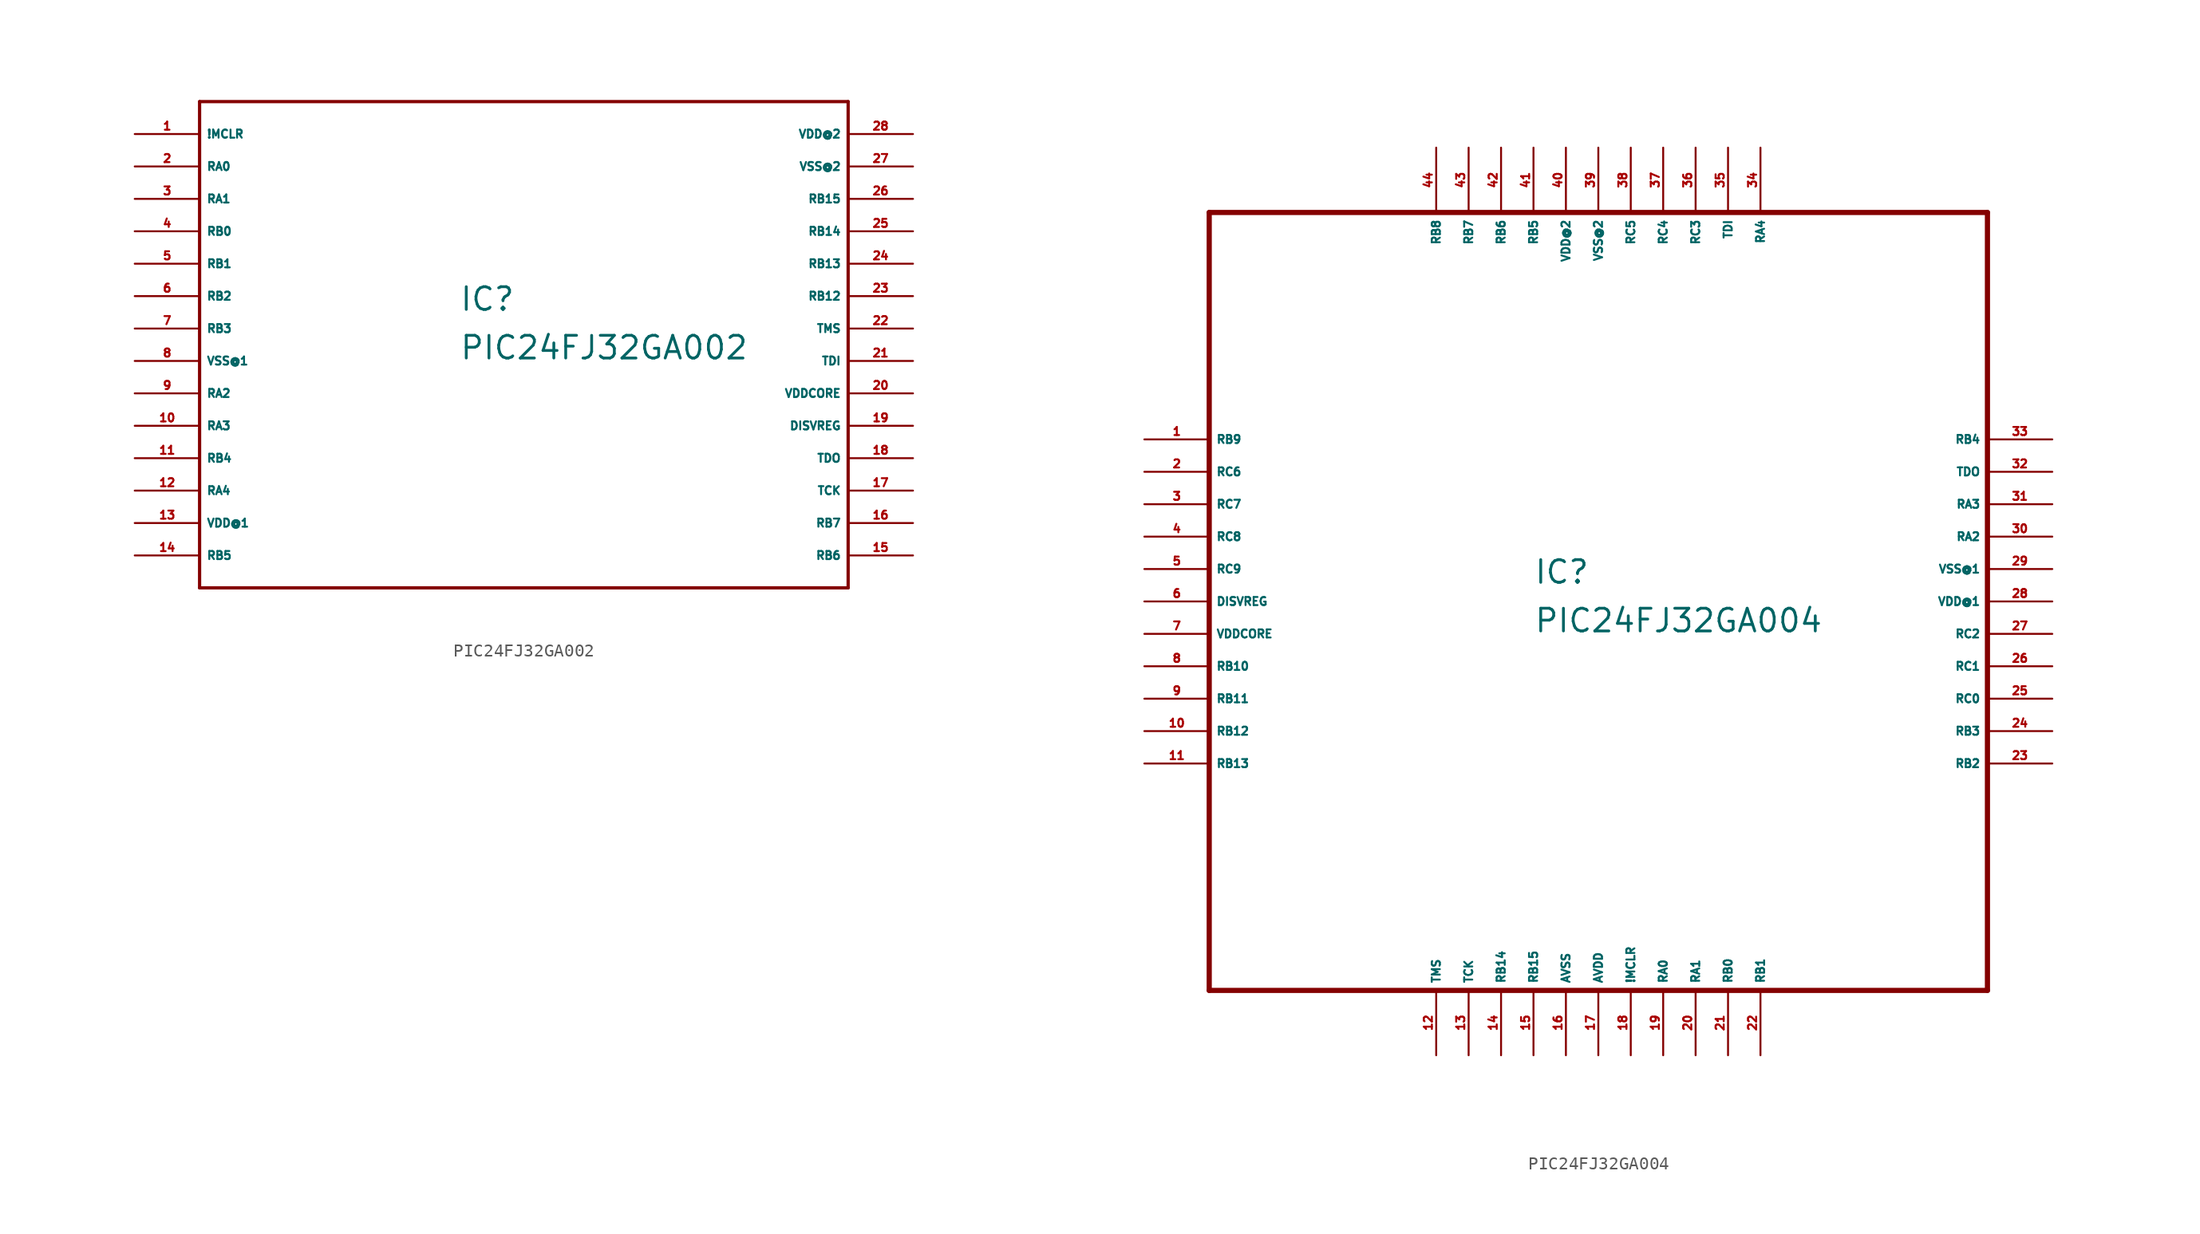
<source format=kicad_sym>
(kicad_symbol_lib
  (version 20220914)
  (generator Eagle2Kicad)
  (symbol "PIC24FJ32GA002"
    (property "Reference" "IC"
      (at -5.08 1.27 0)
      (effects (font (size 1.778 1.778) (thickness 0.22)) (justify left bottom)))
    (property "Value" "PIC24FJ32GA002"
      (at -5.08 -2.54 0)
      (effects (font (size 1.778 1.778) (thickness 0.22)) (justify left bottom)))
    (polyline
      (pts (xy -25.4 -20.32) (xy 25.4 -20.32))
      (stroke (width 0.254) (type default))
      (fill (type none)))
    (polyline
      (pts (xy 25.4 -20.32) (xy 25.4 17.78))
      (stroke (width 0.254) (type default))
      (fill (type none)))
    (polyline
      (pts (xy 25.4 17.78) (xy -25.4 17.78))
      (stroke (width 0.254) (type default))
      (fill (type none)))
    (polyline
      (pts (xy -25.4 17.78) (xy -25.4 -20.32))
      (stroke (width 0.254) (type default))
      (fill (type none)))
    (pin bidirectional line
      (at -30.48 15.24 0)
      (length 5.08)
      (name "!MCLR" (effects (font (size 0.635 0.635) (thickness 0.08)) (justify left bottom)))
      (number "1" (effects (font (size 0.635 0.635) (thickness 0.08)) (justify left bottom))))
    (pin bidirectional line
      (at -30.48 12.7 0)
      (length 5.08)
      (name "RA0" (effects (font (size 0.635 0.635) (thickness 0.08)) (justify left bottom)))
      (number "2" (effects (font (size 0.635 0.635) (thickness 0.08)) (justify left bottom))))
    (pin bidirectional line
      (at -30.48 10.16 0)
      (length 5.08)
      (name "RA1" (effects (font (size 0.635 0.635) (thickness 0.08)) (justify left bottom)))
      (number "3" (effects (font (size 0.635 0.635) (thickness 0.08)) (justify left bottom))))
    (pin bidirectional line
      (at -30.48 7.62 0)
      (length 5.08)
      (name "RB0" (effects (font (size 0.635 0.635) (thickness 0.08)) (justify left bottom)))
      (number "4" (effects (font (size 0.635 0.635) (thickness 0.08)) (justify left bottom))))
    (pin bidirectional line
      (at -30.48 5.08 0)
      (length 5.08)
      (name "RB1" (effects (font (size 0.635 0.635) (thickness 0.08)) (justify left bottom)))
      (number "5" (effects (font (size 0.635 0.635) (thickness 0.08)) (justify left bottom))))
    (pin bidirectional line
      (at -30.48 2.54 0)
      (length 5.08)
      (name "RB2" (effects (font (size 0.635 0.635) (thickness 0.08)) (justify left bottom)))
      (number "6" (effects (font (size 0.635 0.635) (thickness 0.08)) (justify left bottom))))
    (pin bidirectional line
      (at -30.48 0 0)
      (length 5.08)
      (name "RB3" (effects (font (size 0.635 0.635) (thickness 0.08)) (justify left bottom)))
      (number "7" (effects (font (size 0.635 0.635) (thickness 0.08)) (justify left bottom))))
    (pin unspecified line
      (at -30.48 -2.54 0)
      (length 5.08)
      (name "VSS@1" (effects (font (size 0.635 0.635) (thickness 0.08)) (justify left bottom)))
      (number "8" (effects (font (size 0.635 0.635) (thickness 0.08)) (justify left bottom))))
    (pin bidirectional line
      (at -30.48 -5.08 0)
      (length 5.08)
      (name "RA2" (effects (font (size 0.635 0.635) (thickness 0.08)) (justify left bottom)))
      (number "9" (effects (font (size 0.635 0.635) (thickness 0.08)) (justify left bottom))))
    (pin bidirectional line
      (at -30.48 -7.62 0)
      (length 5.08)
      (name "RA3" (effects (font (size 0.635 0.635) (thickness 0.08)) (justify left bottom)))
      (number "10" (effects (font (size 0.635 0.635) (thickness 0.08)) (justify left bottom))))
    (pin bidirectional line
      (at -30.48 -10.16 0)
      (length 5.08)
      (name "RB4" (effects (font (size 0.635 0.635) (thickness 0.08)) (justify left bottom)))
      (number "11" (effects (font (size 0.635 0.635) (thickness 0.08)) (justify left bottom))))
    (pin bidirectional line
      (at -30.48 -12.7 0)
      (length 5.08)
      (name "RA4" (effects (font (size 0.635 0.635) (thickness 0.08)) (justify left bottom)))
      (number "12" (effects (font (size 0.635 0.635) (thickness 0.08)) (justify left bottom))))
    (pin unspecified line
      (at -30.48 -15.24 0)
      (length 5.08)
      (name "VDD@1" (effects (font (size 0.635 0.635) (thickness 0.08)) (justify left bottom)))
      (number "13" (effects (font (size 0.635 0.635) (thickness 0.08)) (justify left bottom))))
    (pin bidirectional line
      (at -30.48 -17.78 0)
      (length 5.08)
      (name "RB5" (effects (font (size 0.635 0.635) (thickness 0.08)) (justify left bottom)))
      (number "14" (effects (font (size 0.635 0.635) (thickness 0.08)) (justify left bottom))))
    (pin bidirectional line
      (at 30.48 -17.78 180)
      (length 5.08)
      (name "RB6" (effects (font (size 0.635 0.635) (thickness 0.08)) (justify left bottom)))
      (number "15" (effects (font (size 0.635 0.635) (thickness 0.08)) (justify left bottom))))
    (pin bidirectional line
      (at 30.48 -15.24 180)
      (length 5.08)
      (name "RB7" (effects (font (size 0.635 0.635) (thickness 0.08)) (justify left bottom)))
      (number "16" (effects (font (size 0.635 0.635) (thickness 0.08)) (justify left bottom))))
    (pin input line
      (at 30.48 -12.7 180)
      (length 5.08)
      (name "TCK" (effects (font (size 0.635 0.635) (thickness 0.08)) (justify left bottom)))
      (number "17" (effects (font (size 0.635 0.635) (thickness 0.08)) (justify left bottom))))
    (pin output line
      (at 30.48 -10.16 180)
      (length 5.08)
      (name "TDO" (effects (font (size 0.635 0.635) (thickness 0.08)) (justify left bottom)))
      (number "18" (effects (font (size 0.635 0.635) (thickness 0.08)) (justify left bottom))))
    (pin passive line
      (at 30.48 -7.62 180)
      (length 5.08)
      (name "DISVREG" (effects (font (size 0.635 0.635) (thickness 0.08)) (justify left bottom)))
      (number "19" (effects (font (size 0.635 0.635) (thickness 0.08)) (justify left bottom))))
    (pin unspecified line
      (at 30.48 -5.08 180)
      (length 5.08)
      (name "VDDCORE" (effects (font (size 0.635 0.635) (thickness 0.08)) (justify left bottom)))
      (number "20" (effects (font (size 0.635 0.635) (thickness 0.08)) (justify left bottom))))
    (pin input line
      (at 30.48 -2.54 180)
      (length 5.08)
      (name "TDI" (effects (font (size 0.635 0.635) (thickness 0.08)) (justify left bottom)))
      (number "21" (effects (font (size 0.635 0.635) (thickness 0.08)) (justify left bottom))))
    (pin input line
      (at 30.48 0 180)
      (length 5.08)
      (name "TMS" (effects (font (size 0.635 0.635) (thickness 0.08)) (justify left bottom)))
      (number "22" (effects (font (size 0.635 0.635) (thickness 0.08)) (justify left bottom))))
    (pin bidirectional line
      (at 30.48 2.54 180)
      (length 5.08)
      (name "RB12" (effects (font (size 0.635 0.635) (thickness 0.08)) (justify left bottom)))
      (number "23" (effects (font (size 0.635 0.635) (thickness 0.08)) (justify left bottom))))
    (pin bidirectional line
      (at 30.48 5.08 180)
      (length 5.08)
      (name "RB13" (effects (font (size 0.635 0.635) (thickness 0.08)) (justify left bottom)))
      (number "24" (effects (font (size 0.635 0.635) (thickness 0.08)) (justify left bottom))))
    (pin bidirectional line
      (at 30.48 7.62 180)
      (length 5.08)
      (name "RB14" (effects (font (size 0.635 0.635) (thickness 0.08)) (justify left bottom)))
      (number "25" (effects (font (size 0.635 0.635) (thickness 0.08)) (justify left bottom))))
    (pin bidirectional line
      (at 30.48 10.16 180)
      (length 5.08)
      (name "RB15" (effects (font (size 0.635 0.635) (thickness 0.08)) (justify left bottom)))
      (number "26" (effects (font (size 0.635 0.635) (thickness 0.08)) (justify left bottom))))
    (pin unspecified line
      (at 30.48 12.7 180)
      (length 5.08)
      (name "VSS@2" (effects (font (size 0.635 0.635) (thickness 0.08)) (justify left bottom)))
      (number "27" (effects (font (size 0.635 0.635) (thickness 0.08)) (justify left bottom))))
    (pin unspecified line
      (at 30.48 15.24 180)
      (length 5.08)
      (name "VDD@2" (effects (font (size 0.635 0.635) (thickness 0.08)) (justify left bottom)))
      (number "28" (effects (font (size 0.635 0.635) (thickness 0.08)) (justify left bottom)))))
  (symbol "PIC24FJ32GA004"
    (property "Reference" "IC"
      (at -5.08 1.27 0)
      (effects (font (size 1.778 1.778) (thickness 0.22)) (justify left bottom)))
    (property "Value" "PIC24FJ32GA004"
      (at -5.08 -2.54 0)
      (effects (font (size 1.778 1.778) (thickness 0.22)) (justify left bottom)))
    (polyline
      (pts (xy -30.48 -30.48) (xy 30.48 -30.48))
      (stroke (width 0.406) (type default))
      (fill (type none)))
    (polyline
      (pts (xy 30.48 -30.48) (xy 30.48 30.48))
      (stroke (width 0.406) (type default))
      (fill (type none)))
    (polyline
      (pts (xy 30.48 30.48) (xy -30.48 30.48))
      (stroke (width 0.406) (type default))
      (fill (type none)))
    (polyline
      (pts (xy -30.48 30.48) (xy -30.48 -30.48))
      (stroke (width 0.406) (type default))
      (fill (type none)))
    (pin bidirectional line
      (at -35.56 12.7 0)
      (length 5.08)
      (name "RB9" (effects (font (size 0.635 0.635) (thickness 0.08)) (justify left bottom)))
      (number "1" (effects (font (size 0.635 0.635) (thickness 0.08)) (justify left bottom))))
    (pin bidirectional line
      (at -35.56 10.16 0)
      (length 5.08)
      (name "RC6" (effects (font (size 0.635 0.635) (thickness 0.08)) (justify left bottom)))
      (number "2" (effects (font (size 0.635 0.635) (thickness 0.08)) (justify left bottom))))
    (pin bidirectional line
      (at -35.56 7.62 0)
      (length 5.08)
      (name "RC7" (effects (font (size 0.635 0.635) (thickness 0.08)) (justify left bottom)))
      (number "3" (effects (font (size 0.635 0.635) (thickness 0.08)) (justify left bottom))))
    (pin bidirectional line
      (at -35.56 5.08 0)
      (length 5.08)
      (name "RC8" (effects (font (size 0.635 0.635) (thickness 0.08)) (justify left bottom)))
      (number "4" (effects (font (size 0.635 0.635) (thickness 0.08)) (justify left bottom))))
    (pin bidirectional line
      (at -35.56 2.54 0)
      (length 5.08)
      (name "RC9" (effects (font (size 0.635 0.635) (thickness 0.08)) (justify left bottom)))
      (number "5" (effects (font (size 0.635 0.635) (thickness 0.08)) (justify left bottom))))
    (pin passive line
      (at -35.56 0 0)
      (length 5.08)
      (name "DISVREG" (effects (font (size 0.635 0.635) (thickness 0.08)) (justify left bottom)))
      (number "6" (effects (font (size 0.635 0.635) (thickness 0.08)) (justify left bottom))))
    (pin unspecified line
      (at -35.56 -2.54 0)
      (length 5.08)
      (name "VDDCORE" (effects (font (size 0.635 0.635) (thickness 0.08)) (justify left bottom)))
      (number "7" (effects (font (size 0.635 0.635) (thickness 0.08)) (justify left bottom))))
    (pin bidirectional line
      (at -35.56 -5.08 0)
      (length 5.08)
      (name "RB10" (effects (font (size 0.635 0.635) (thickness 0.08)) (justify left bottom)))
      (number "8" (effects (font (size 0.635 0.635) (thickness 0.08)) (justify left bottom))))
    (pin bidirectional line
      (at -35.56 -7.62 0)
      (length 5.08)
      (name "RB11" (effects (font (size 0.635 0.635) (thickness 0.08)) (justify left bottom)))
      (number "9" (effects (font (size 0.635 0.635) (thickness 0.08)) (justify left bottom))))
    (pin bidirectional line
      (at -35.56 -10.16 0)
      (length 5.08)
      (name "RB12" (effects (font (size 0.635 0.635) (thickness 0.08)) (justify left bottom)))
      (number "10" (effects (font (size 0.635 0.635) (thickness 0.08)) (justify left bottom))))
    (pin bidirectional line
      (at -35.56 -12.7 0)
      (length 5.08)
      (name "RB13" (effects (font (size 0.635 0.635) (thickness 0.08)) (justify left bottom)))
      (number "11" (effects (font (size 0.635 0.635) (thickness 0.08)) (justify left bottom))))
    (pin input line
      (at -12.7 -35.56 90)
      (length 5.08)
      (name "TMS" (effects (font (size 0.635 0.635) (thickness 0.08)) (justify left bottom)))
      (number "12" (effects (font (size 0.635 0.635) (thickness 0.08)) (justify left bottom))))
    (pin input line
      (at -10.16 -35.56 90)
      (length 5.08)
      (name "TCK" (effects (font (size 0.635 0.635) (thickness 0.08)) (justify left bottom)))
      (number "13" (effects (font (size 0.635 0.635) (thickness 0.08)) (justify left bottom))))
    (pin bidirectional line
      (at -7.62 -35.56 90)
      (length 5.08)
      (name "RB14" (effects (font (size 0.635 0.635) (thickness 0.08)) (justify left bottom)))
      (number "14" (effects (font (size 0.635 0.635) (thickness 0.08)) (justify left bottom))))
    (pin bidirectional line
      (at -5.08 -35.56 90)
      (length 5.08)
      (name "RB15" (effects (font (size 0.635 0.635) (thickness 0.08)) (justify left bottom)))
      (number "15" (effects (font (size 0.635 0.635) (thickness 0.08)) (justify left bottom))))
    (pin unspecified line
      (at -2.54 -35.56 90)
      (length 5.08)
      (name "AVSS" (effects (font (size 0.635 0.635) (thickness 0.08)) (justify left bottom)))
      (number "16" (effects (font (size 0.635 0.635) (thickness 0.08)) (justify left bottom))))
    (pin unspecified line
      (at 0 -35.56 90)
      (length 5.08)
      (name "AVDD" (effects (font (size 0.635 0.635) (thickness 0.08)) (justify left bottom)))
      (number "17" (effects (font (size 0.635 0.635) (thickness 0.08)) (justify left bottom))))
    (pin bidirectional line
      (at 2.54 -35.56 90)
      (length 5.08)
      (name "!MCLR" (effects (font (size 0.635 0.635) (thickness 0.08)) (justify left bottom)))
      (number "18" (effects (font (size 0.635 0.635) (thickness 0.08)) (justify left bottom))))
    (pin bidirectional line
      (at 5.08 -35.56 90)
      (length 5.08)
      (name "RA0" (effects (font (size 0.635 0.635) (thickness 0.08)) (justify left bottom)))
      (number "19" (effects (font (size 0.635 0.635) (thickness 0.08)) (justify left bottom))))
    (pin bidirectional line
      (at 7.62 -35.56 90)
      (length 5.08)
      (name "RA1" (effects (font (size 0.635 0.635) (thickness 0.08)) (justify left bottom)))
      (number "20" (effects (font (size 0.635 0.635) (thickness 0.08)) (justify left bottom))))
    (pin bidirectional line
      (at 10.16 -35.56 90)
      (length 5.08)
      (name "RB0" (effects (font (size 0.635 0.635) (thickness 0.08)) (justify left bottom)))
      (number "21" (effects (font (size 0.635 0.635) (thickness 0.08)) (justify left bottom))))
    (pin bidirectional line
      (at 12.7 -35.56 90)
      (length 5.08)
      (name "RB1" (effects (font (size 0.635 0.635) (thickness 0.08)) (justify left bottom)))
      (number "22" (effects (font (size 0.635 0.635) (thickness 0.08)) (justify left bottom))))
    (pin bidirectional line
      (at 35.56 -12.7 180)
      (length 5.08)
      (name "RB2" (effects (font (size 0.635 0.635) (thickness 0.08)) (justify left bottom)))
      (number "23" (effects (font (size 0.635 0.635) (thickness 0.08)) (justify left bottom))))
    (pin bidirectional line
      (at 35.56 -10.16 180)
      (length 5.08)
      (name "RB3" (effects (font (size 0.635 0.635) (thickness 0.08)) (justify left bottom)))
      (number "24" (effects (font (size 0.635 0.635) (thickness 0.08)) (justify left bottom))))
    (pin bidirectional line
      (at 35.56 -7.62 180)
      (length 5.08)
      (name "RC0" (effects (font (size 0.635 0.635) (thickness 0.08)) (justify left bottom)))
      (number "25" (effects (font (size 0.635 0.635) (thickness 0.08)) (justify left bottom))))
    (pin bidirectional line
      (at 35.56 -5.08 180)
      (length 5.08)
      (name "RC1" (effects (font (size 0.635 0.635) (thickness 0.08)) (justify left bottom)))
      (number "26" (effects (font (size 0.635 0.635) (thickness 0.08)) (justify left bottom))))
    (pin bidirectional line
      (at 35.56 -2.54 180)
      (length 5.08)
      (name "RC2" (effects (font (size 0.635 0.635) (thickness 0.08)) (justify left bottom)))
      (number "27" (effects (font (size 0.635 0.635) (thickness 0.08)) (justify left bottom))))
    (pin unspecified line
      (at 35.56 0 180)
      (length 5.08)
      (name "VDD@1" (effects (font (size 0.635 0.635) (thickness 0.08)) (justify left bottom)))
      (number "28" (effects (font (size 0.635 0.635) (thickness 0.08)) (justify left bottom))))
    (pin unspecified line
      (at 35.56 2.54 180)
      (length 5.08)
      (name "VSS@1" (effects (font (size 0.635 0.635) (thickness 0.08)) (justify left bottom)))
      (number "29" (effects (font (size 0.635 0.635) (thickness 0.08)) (justify left bottom))))
    (pin bidirectional line
      (at 35.56 5.08 180)
      (length 5.08)
      (name "RA2" (effects (font (size 0.635 0.635) (thickness 0.08)) (justify left bottom)))
      (number "30" (effects (font (size 0.635 0.635) (thickness 0.08)) (justify left bottom))))
    (pin bidirectional line
      (at 35.56 7.62 180)
      (length 5.08)
      (name "RA3" (effects (font (size 0.635 0.635) (thickness 0.08)) (justify left bottom)))
      (number "31" (effects (font (size 0.635 0.635) (thickness 0.08)) (justify left bottom))))
    (pin output line
      (at 35.56 10.16 180)
      (length 5.08)
      (name "TDO" (effects (font (size 0.635 0.635) (thickness 0.08)) (justify left bottom)))
      (number "32" (effects (font (size 0.635 0.635) (thickness 0.08)) (justify left bottom))))
    (pin bidirectional line
      (at 35.56 12.7 180)
      (length 5.08)
      (name "RB4" (effects (font (size 0.635 0.635) (thickness 0.08)) (justify left bottom)))
      (number "33" (effects (font (size 0.635 0.635) (thickness 0.08)) (justify left bottom))))
    (pin bidirectional line
      (at 12.7 35.56 270)
      (length 5.08)
      (name "RA4" (effects (font (size 0.635 0.635) (thickness 0.08)) (justify left bottom)))
      (number "34" (effects (font (size 0.635 0.635) (thickness 0.08)) (justify left bottom))))
    (pin input line
      (at 10.16 35.56 270)
      (length 5.08)
      (name "TDI" (effects (font (size 0.635 0.635) (thickness 0.08)) (justify left bottom)))
      (number "35" (effects (font (size 0.635 0.635) (thickness 0.08)) (justify left bottom))))
    (pin bidirectional line
      (at 7.62 35.56 270)
      (length 5.08)
      (name "RC3" (effects (font (size 0.635 0.635) (thickness 0.08)) (justify left bottom)))
      (number "36" (effects (font (size 0.635 0.635) (thickness 0.08)) (justify left bottom))))
    (pin bidirectional line
      (at 5.08 35.56 270)
      (length 5.08)
      (name "RC4" (effects (font (size 0.635 0.635) (thickness 0.08)) (justify left bottom)))
      (number "37" (effects (font (size 0.635 0.635) (thickness 0.08)) (justify left bottom))))
    (pin bidirectional line
      (at 2.54 35.56 270)
      (length 5.08)
      (name "RC5" (effects (font (size 0.635 0.635) (thickness 0.08)) (justify left bottom)))
      (number "38" (effects (font (size 0.635 0.635) (thickness 0.08)) (justify left bottom))))
    (pin unspecified line
      (at 0 35.56 270)
      (length 5.08)
      (name "VSS@2" (effects (font (size 0.635 0.635) (thickness 0.08)) (justify left bottom)))
      (number "39" (effects (font (size 0.635 0.635) (thickness 0.08)) (justify left bottom))))
    (pin unspecified line
      (at -2.54 35.56 270)
      (length 5.08)
      (name "VDD@2" (effects (font (size 0.635 0.635) (thickness 0.08)) (justify left bottom)))
      (number "40" (effects (font (size 0.635 0.635) (thickness 0.08)) (justify left bottom))))
    (pin bidirectional line
      (at -5.08 35.56 270)
      (length 5.08)
      (name "RB5" (effects (font (size 0.635 0.635) (thickness 0.08)) (justify left bottom)))
      (number "41" (effects (font (size 0.635 0.635) (thickness 0.08)) (justify left bottom))))
    (pin bidirectional line
      (at -7.62 35.56 270)
      (length 5.08)
      (name "RB6" (effects (font (size 0.635 0.635) (thickness 0.08)) (justify left bottom)))
      (number "42" (effects (font (size 0.635 0.635) (thickness 0.08)) (justify left bottom))))
    (pin bidirectional line
      (at -10.16 35.56 270)
      (length 5.08)
      (name "RB7" (effects (font (size 0.635 0.635) (thickness 0.08)) (justify left bottom)))
      (number "43" (effects (font (size 0.635 0.635) (thickness 0.08)) (justify left bottom))))
    (pin bidirectional line
      (at -12.7 35.56 270)
      (length 5.08)
      (name "RB8" (effects (font (size 0.635 0.635) (thickness 0.08)) (justify left bottom)))
      (number "44" (effects (font (size 0.635 0.635) (thickness 0.08)) (justify left bottom))))))
</source>
